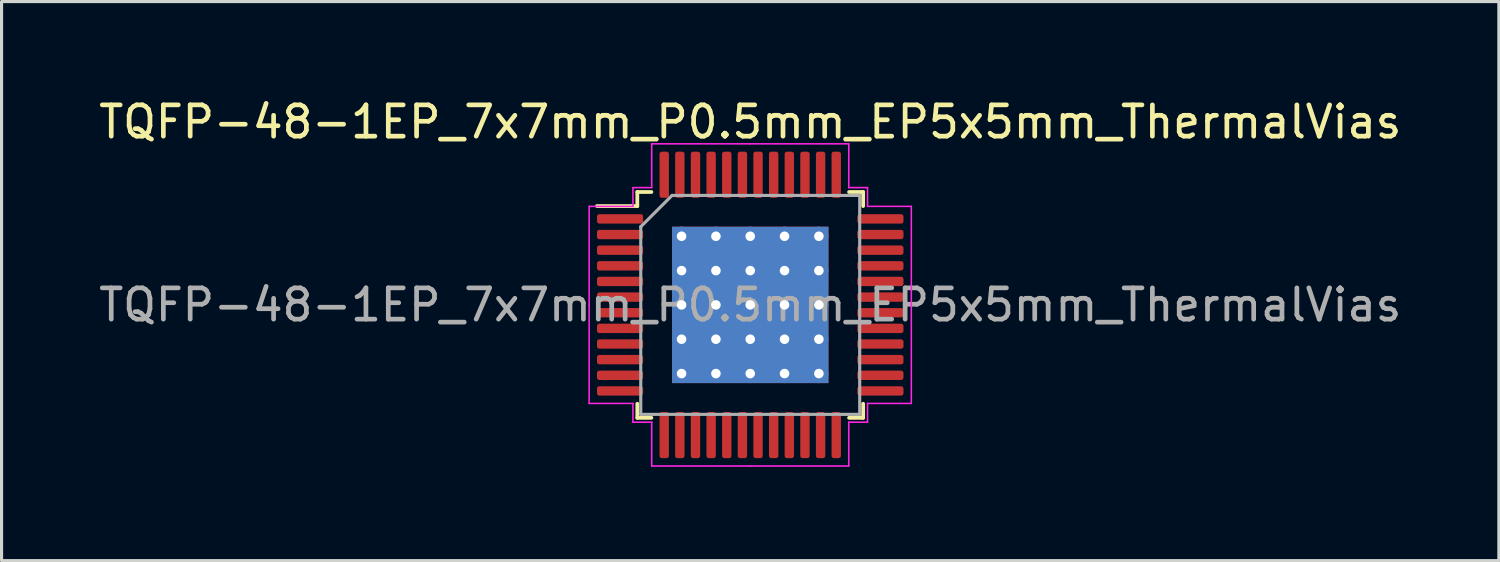
<source format=kicad_pcb>
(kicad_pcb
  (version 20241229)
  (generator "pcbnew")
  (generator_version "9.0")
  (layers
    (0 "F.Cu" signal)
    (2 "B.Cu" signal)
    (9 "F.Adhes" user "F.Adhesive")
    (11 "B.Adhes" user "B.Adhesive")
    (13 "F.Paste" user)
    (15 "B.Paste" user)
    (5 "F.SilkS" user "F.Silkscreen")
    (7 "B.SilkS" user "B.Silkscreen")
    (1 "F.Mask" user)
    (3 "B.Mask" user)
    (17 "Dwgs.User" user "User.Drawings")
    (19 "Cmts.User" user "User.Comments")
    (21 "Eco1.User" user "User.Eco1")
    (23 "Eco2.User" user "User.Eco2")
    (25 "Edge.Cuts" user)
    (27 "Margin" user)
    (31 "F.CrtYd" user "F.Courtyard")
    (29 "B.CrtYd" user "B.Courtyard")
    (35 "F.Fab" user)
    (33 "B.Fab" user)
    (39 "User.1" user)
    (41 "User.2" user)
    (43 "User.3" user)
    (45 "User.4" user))
  (footprint "TQFP-48-1EP_7x7mm_P0.5mm_EP5x5mm_ThermalVias"
    (layer "F.Cu")
    (at 20.935 6.698)
    (property "Reference" "TQFP-48-1EP_7x7mm_P0.5mm_EP5x5mm_ThermalVias" (at 0 -5.85 0) (layer "F.SilkS") (effects (font (size 1 1) (thickness 0.15))))
    (attr smd)
    (fp_line (start -3.61 -3.61) (end -3.61 -3.16) (stroke (width 0.12) (type solid)) (layer "F.SilkS"))
    (fp_line (start -3.61 -3.16) (end -4.9 -3.16) (stroke (width 0.12) (type solid)) (layer "F.SilkS"))
    (fp_line (start -3.61 3.61) (end -3.61 3.16) (stroke (width 0.12) (type solid)) (layer "F.SilkS"))
    (fp_line (start -3.16 -3.61) (end -3.61 -3.61) (stroke (width 0.12) (type solid)) (layer "F.SilkS"))
    (fp_line (start -3.16 3.61) (end -3.61 3.61) (stroke (width 0.12) (type solid)) (layer "F.SilkS"))
    (fp_line (start 3.16 -3.61) (end 3.61 -3.61) (stroke (width 0.12) (type solid)) (layer "F.SilkS"))
    (fp_line (start 3.16 3.61) (end 3.61 3.61) (stroke (width 0.12) (type solid)) (layer "F.SilkS"))
    (fp_line (start 3.61 -3.61) (end 3.61 -3.16) (stroke (width 0.12) (type solid)) (layer "F.SilkS"))
    (fp_line (start 3.61 3.61) (end 3.61 3.16) (stroke (width 0.12) (type solid)) (layer "F.SilkS"))
    (fp_line (start -5.15 -3.15) (end -5.15 0) (stroke (width 0.05) (type solid)) (layer "F.CrtYd"))
    (fp_line (start -5.15 3.15) (end -5.15 0) (stroke (width 0.05) (type solid)) (layer "F.CrtYd"))
    (fp_line (start -3.75 -3.75) (end -3.75 -3.15) (stroke (width 0.05) (type solid)) (layer "F.CrtYd"))
    (fp_line (start -3.75 -3.15) (end -5.15 -3.15) (stroke (width 0.05) (type solid)) (layer "F.CrtYd"))
    (fp_line (start -3.75 3.15) (end -5.15 3.15) (stroke (width 0.05) (type solid)) (layer "F.CrtYd"))
    (fp_line (start -3.75 3.75) (end -3.75 3.15) (stroke (width 0.05) (type solid)) (layer "F.CrtYd"))
    (fp_line (start -3.15 -5.15) (end -3.15 -3.75) (stroke (width 0.05) (type solid)) (layer "F.CrtYd"))
    (fp_line (start -3.15 -3.75) (end -3.75 -3.75) (stroke (width 0.05) (type solid)) (layer "F.CrtYd"))
    (fp_line (start -3.15 3.75) (end -3.75 3.75) (stroke (width 0.05) (type solid)) (layer "F.CrtYd"))
    (fp_line (start -3.15 5.15) (end -3.15 3.75) (stroke (width 0.05) (type solid)) (layer "F.CrtYd"))
    (fp_line (start 0 -5.15) (end -3.15 -5.15) (stroke (width 0.05) (type solid)) (layer "F.CrtYd"))
    (fp_line (start 0 -5.15) (end 3.15 -5.15) (stroke (width 0.05) (type solid)) (layer "F.CrtYd"))
    (fp_line (start 0 5.15) (end -3.15 5.15) (stroke (width 0.05) (type solid)) (layer "F.CrtYd"))
    (fp_line (start 0 5.15) (end 3.15 5.15) (stroke (width 0.05) (type solid)) (layer "F.CrtYd"))
    (fp_line (start 3.15 -5.15) (end 3.15 -3.75) (stroke (width 0.05) (type solid)) (layer "F.CrtYd"))
    (fp_line (start 3.15 -3.75) (end 3.75 -3.75) (stroke (width 0.05) (type solid)) (layer "F.CrtYd"))
    (fp_line (start 3.15 3.75) (end 3.75 3.75) (stroke (width 0.05) (type solid)) (layer "F.CrtYd"))
    (fp_line (start 3.15 5.15) (end 3.15 3.75) (stroke (width 0.05) (type solid)) (layer "F.CrtYd"))
    (fp_line (start 3.75 -3.75) (end 3.75 -3.15) (stroke (width 0.05) (type solid)) (layer "F.CrtYd"))
    (fp_line (start 3.75 -3.15) (end 5.15 -3.15) (stroke (width 0.05) (type solid)) (layer "F.CrtYd"))
    (fp_line (start 3.75 3.15) (end 5.15 3.15) (stroke (width 0.05) (type solid)) (layer "F.CrtYd"))
    (fp_line (start 3.75 3.75) (end 3.75 3.15) (stroke (width 0.05) (type solid)) (layer "F.CrtYd"))
    (fp_line (start 5.15 -3.15) (end 5.15 0) (stroke (width 0.05) (type solid)) (layer "F.CrtYd"))
    (fp_line (start 5.15 3.15) (end 5.15 0) (stroke (width 0.05) (type solid)) (layer "F.CrtYd"))
    (fp_line (start -3.5 -2.5) (end -2.5 -3.5) (stroke (width 0.1) (type solid)) (layer "F.Fab"))
    (fp_line (start -3.5 3.5) (end -3.5 -2.5) (stroke (width 0.1) (type solid)) (layer "F.Fab"))
    (fp_line (start -2.5 -3.5) (end 3.5 -3.5) (stroke (width 0.1) (type solid)) (layer "F.Fab"))
    (fp_line (start 3.5 -3.5) (end 3.5 3.5) (stroke (width 0.1) (type solid)) (layer "F.Fab"))
    (fp_line (start 3.5 3.5) (end -3.5 3.5) (stroke (width 0.1) (type solid)) (layer "F.Fab"))
    (fp_text user "${REFERENCE}" (at 0 0 0) (layer "F.Fab") (effects (font (size 1 1) (thickness 0.15))))
    (pad "" smd custom (at -1.688 -1.688) (size 0.891 0.891) (layers "F.Paste") (options (anchor circle)) (primitives (gr_poly (pts (xy 0.387 -0.29) (xy 0.387 0.29) (xy 0.29 0.387) (xy -0.29 0.387) (xy -0.387 0.29) (xy -0.387 -0.29) (xy -0.29 -0.387) (xy 0.29 -0.387)) (width 0.234) (fill yes))))
    (pad "" smd custom (at -1.688 -0.562) (size 0.891 0.891) (layers "F.Paste") (options (anchor circle)) (primitives (gr_poly (pts (xy 0.387 -0.29) (xy 0.387 0.29) (xy 0.29 0.387) (xy -0.29 0.387) (xy -0.387 0.29) (xy -0.387 -0.29) (xy -0.29 -0.387) (xy 0.29 -0.387)) (width 0.234) (fill yes))))
    (pad "" smd custom (at -1.688 0.562) (size 0.891 0.891) (layers "F.Paste") (options (anchor circle)) (primitives (gr_poly (pts (xy 0.387 -0.29) (xy 0.387 0.29) (xy 0.29 0.387) (xy -0.29 0.387) (xy -0.387 0.29) (xy -0.387 -0.29) (xy -0.29 -0.387) (xy 0.29 -0.387)) (width 0.234) (fill yes))))
    (pad "" smd custom (at -1.688 1.688) (size 0.891 0.891) (layers "F.Paste") (options (anchor circle)) (primitives (gr_poly (pts (xy 0.387 -0.29) (xy 0.387 0.29) (xy 0.29 0.387) (xy -0.29 0.387) (xy -0.387 0.29) (xy -0.387 -0.29) (xy -0.29 -0.387) (xy 0.29 -0.387)) (width 0.234) (fill yes))))
    (pad "" smd custom (at -0.562 -1.688) (size 0.891 0.891) (layers "F.Paste") (options (anchor circle)) (primitives (gr_poly (pts (xy 0.387 -0.29) (xy 0.387 0.29) (xy 0.29 0.387) (xy -0.29 0.387) (xy -0.387 0.29) (xy -0.387 -0.29) (xy -0.29 -0.387) (xy 0.29 -0.387)) (width 0.234) (fill yes))))
    (pad "" smd custom (at -0.562 -0.562) (size 0.891 0.891) (layers "F.Paste") (options (anchor circle)) (primitives (gr_poly (pts (xy 0.387 -0.29) (xy 0.387 0.29) (xy 0.29 0.387) (xy -0.29 0.387) (xy -0.387 0.29) (xy -0.387 -0.29) (xy -0.29 -0.387) (xy 0.29 -0.387)) (width 0.234) (fill yes))))
    (pad "" smd custom (at -0.562 0.562) (size 0.891 0.891) (layers "F.Paste") (options (anchor circle)) (primitives (gr_poly (pts (xy 0.387 -0.29) (xy 0.387 0.29) (xy 0.29 0.387) (xy -0.29 0.387) (xy -0.387 0.29) (xy -0.387 -0.29) (xy -0.29 -0.387) (xy 0.29 -0.387)) (width 0.234) (fill yes))))
    (pad "" smd custom (at -0.562 1.688) (size 0.891 0.891) (layers "F.Paste") (options (anchor circle)) (primitives (gr_poly (pts (xy 0.387 -0.29) (xy 0.387 0.29) (xy 0.29 0.387) (xy -0.29 0.387) (xy -0.387 0.29) (xy -0.387 -0.29) (xy -0.29 -0.387) (xy 0.29 -0.387)) (width 0.234) (fill yes))))
    (pad "" smd custom (at 0.562 -1.688) (size 0.891 0.891) (layers "F.Paste") (options (anchor circle)) (primitives (gr_poly (pts (xy 0.387 -0.29) (xy 0.387 0.29) (xy 0.29 0.387) (xy -0.29 0.387) (xy -0.387 0.29) (xy -0.387 -0.29) (xy -0.29 -0.387) (xy 0.29 -0.387)) (width 0.234) (fill yes))))
    (pad "" smd custom (at 0.562 -0.562) (size 0.891 0.891) (layers "F.Paste") (options (anchor circle)) (primitives (gr_poly (pts (xy 0.387 -0.29) (xy 0.387 0.29) (xy 0.29 0.387) (xy -0.29 0.387) (xy -0.387 0.29) (xy -0.387 -0.29) (xy -0.29 -0.387) (xy 0.29 -0.387)) (width 0.234) (fill yes))))
    (pad "" smd custom (at 0.562 0.562) (size 0.891 0.891) (layers "F.Paste") (options (anchor circle)) (primitives (gr_poly (pts (xy 0.387 -0.29) (xy 0.387 0.29) (xy 0.29 0.387) (xy -0.29 0.387) (xy -0.387 0.29) (xy -0.387 -0.29) (xy -0.29 -0.387) (xy 0.29 -0.387)) (width 0.234) (fill yes))))
    (pad "" smd custom (at 0.562 1.688) (size 0.891 0.891) (layers "F.Paste") (options (anchor circle)) (primitives (gr_poly (pts (xy 0.387 -0.29) (xy 0.387 0.29) (xy 0.29 0.387) (xy -0.29 0.387) (xy -0.387 0.29) (xy -0.387 -0.29) (xy -0.29 -0.387) (xy 0.29 -0.387)) (width 0.234) (fill yes))))
    (pad "" smd custom (at 1.688 -1.688) (size 0.891 0.891) (layers "F.Paste") (options (anchor circle)) (primitives (gr_poly (pts (xy 0.387 -0.29) (xy 0.387 0.29) (xy 0.29 0.387) (xy -0.29 0.387) (xy -0.387 0.29) (xy -0.387 -0.29) (xy -0.29 -0.387) (xy 0.29 -0.387)) (width 0.234) (fill yes))))
    (pad "" smd custom (at 1.688 -0.562) (size 0.891 0.891) (layers "F.Paste") (options (anchor circle)) (primitives (gr_poly (pts (xy 0.387 -0.29) (xy 0.387 0.29) (xy 0.29 0.387) (xy -0.29 0.387) (xy -0.387 0.29) (xy -0.387 -0.29) (xy -0.29 -0.387) (xy 0.29 -0.387)) (width 0.234) (fill yes))))
    (pad "" smd custom (at 1.688 0.562) (size 0.891 0.891) (layers "F.Paste") (options (anchor circle)) (primitives (gr_poly (pts (xy 0.387 -0.29) (xy 0.387 0.29) (xy 0.29 0.387) (xy -0.29 0.387) (xy -0.387 0.29) (xy -0.387 -0.29) (xy -0.29 -0.387) (xy 0.29 -0.387)) (width 0.234) (fill yes))))
    (pad "" smd custom (at 1.688 1.688) (size 0.891 0.891) (layers "F.Paste") (options (anchor circle)) (primitives (gr_poly (pts (xy 0.387 -0.29) (xy 0.387 0.29) (xy 0.29 0.387) (xy -0.29 0.387) (xy -0.387 0.29) (xy -0.387 -0.29) (xy -0.29 -0.387) (xy 0.29 -0.387)) (width 0.234) (fill yes))))
    (pad "1" smd roundrect (at -4.162 -2.75) (size 1.475 0.3) (layers "F.Cu" "F.Mask" "F.Paste") (roundrect_rratio 0.25))
    (pad "2" smd roundrect (at -4.162 -2.25) (size 1.475 0.3) (layers "F.Cu" "F.Mask" "F.Paste") (roundrect_rratio 0.25))
    (pad "3" smd roundrect (at -4.162 -1.75) (size 1.475 0.3) (layers "F.Cu" "F.Mask" "F.Paste") (roundrect_rratio 0.25))
    (pad "4" smd roundrect (at -4.162 -1.25) (size 1.475 0.3) (layers "F.Cu" "F.Mask" "F.Paste") (roundrect_rratio 0.25))
    (pad "5" smd roundrect (at -4.162 -0.75) (size 1.475 0.3) (layers "F.Cu" "F.Mask" "F.Paste") (roundrect_rratio 0.25))
    (pad "6" smd roundrect (at -4.162 -0.25) (size 1.475 0.3) (layers "F.Cu" "F.Mask" "F.Paste") (roundrect_rratio 0.25))
    (pad "7" smd roundrect (at -4.162 0.25) (size 1.475 0.3) (layers "F.Cu" "F.Mask" "F.Paste") (roundrect_rratio 0.25))
    (pad "8" smd roundrect (at -4.162 0.75) (size 1.475 0.3) (layers "F.Cu" "F.Mask" "F.Paste") (roundrect_rratio 0.25))
    (pad "9" smd roundrect (at -4.162 1.25) (size 1.475 0.3) (layers "F.Cu" "F.Mask" "F.Paste") (roundrect_rratio 0.25))
    (pad "10" smd roundrect (at -4.162 1.75) (size 1.475 0.3) (layers "F.Cu" "F.Mask" "F.Paste") (roundrect_rratio 0.25))
    (pad "11" smd roundrect (at -4.162 2.25) (size 1.475 0.3) (layers "F.Cu" "F.Mask" "F.Paste") (roundrect_rratio 0.25))
    (pad "12" smd roundrect (at -4.162 2.75) (size 1.475 0.3) (layers "F.Cu" "F.Mask" "F.Paste") (roundrect_rratio 0.25))
    (pad "13" smd roundrect (at -2.75 4.162) (size 0.3 1.475) (layers "F.Cu" "F.Mask" "F.Paste") (roundrect_rratio 0.25))
    (pad "14" smd roundrect (at -2.25 4.162) (size 0.3 1.475) (layers "F.Cu" "F.Mask" "F.Paste") (roundrect_rratio 0.25))
    (pad "15" smd roundrect (at -1.75 4.162) (size 0.3 1.475) (layers "F.Cu" "F.Mask" "F.Paste") (roundrect_rratio 0.25))
    (pad "16" smd roundrect (at -1.25 4.162) (size 0.3 1.475) (layers "F.Cu" "F.Mask" "F.Paste") (roundrect_rratio 0.25))
    (pad "17" smd roundrect (at -0.75 4.162) (size 0.3 1.475) (layers "F.Cu" "F.Mask" "F.Paste") (roundrect_rratio 0.25))
    (pad "18" smd roundrect (at -0.25 4.162) (size 0.3 1.475) (layers "F.Cu" "F.Mask" "F.Paste") (roundrect_rratio 0.25))
    (pad "19" smd roundrect (at 0.25 4.162) (size 0.3 1.475) (layers "F.Cu" "F.Mask" "F.Paste") (roundrect_rratio 0.25))
    (pad "20" smd roundrect (at 0.75 4.162) (size 0.3 1.475) (layers "F.Cu" "F.Mask" "F.Paste") (roundrect_rratio 0.25))
    (pad "21" smd roundrect (at 1.25 4.162) (size 0.3 1.475) (layers "F.Cu" "F.Mask" "F.Paste") (roundrect_rratio 0.25))
    (pad "22" smd roundrect (at 1.75 4.162) (size 0.3 1.475) (layers "F.Cu" "F.Mask" "F.Paste") (roundrect_rratio 0.25))
    (pad "23" smd roundrect (at 2.25 4.162) (size 0.3 1.475) (layers "F.Cu" "F.Mask" "F.Paste") (roundrect_rratio 0.25))
    (pad "24" smd roundrect (at 2.75 4.162) (size 0.3 1.475) (layers "F.Cu" "F.Mask" "F.Paste") (roundrect_rratio 0.25))
    (pad "25" smd roundrect (at 4.162 2.75) (size 1.475 0.3) (layers "F.Cu" "F.Mask" "F.Paste") (roundrect_rratio 0.25))
    (pad "26" smd roundrect (at 4.162 2.25) (size 1.475 0.3) (layers "F.Cu" "F.Mask" "F.Paste") (roundrect_rratio 0.25))
    (pad "27" smd roundrect (at 4.162 1.75) (size 1.475 0.3) (layers "F.Cu" "F.Mask" "F.Paste") (roundrect_rratio 0.25))
    (pad "28" smd roundrect (at 4.162 1.25) (size 1.475 0.3) (layers "F.Cu" "F.Mask" "F.Paste") (roundrect_rratio 0.25))
    (pad "29" smd roundrect (at 4.162 0.75) (size 1.475 0.3) (layers "F.Cu" "F.Mask" "F.Paste") (roundrect_rratio 0.25))
    (pad "30" smd roundrect (at 4.162 0.25) (size 1.475 0.3) (layers "F.Cu" "F.Mask" "F.Paste") (roundrect_rratio 0.25))
    (pad "31" smd roundrect (at 4.162 -0.25) (size 1.475 0.3) (layers "F.Cu" "F.Mask" "F.Paste") (roundrect_rratio 0.25))
    (pad "32" smd roundrect (at 4.162 -0.75) (size 1.475 0.3) (layers "F.Cu" "F.Mask" "F.Paste") (roundrect_rratio 0.25))
    (pad "33" smd roundrect (at 4.162 -1.25) (size 1.475 0.3) (layers "F.Cu" "F.Mask" "F.Paste") (roundrect_rratio 0.25))
    (pad "34" smd roundrect (at 4.162 -1.75) (size 1.475 0.3) (layers "F.Cu" "F.Mask" "F.Paste") (roundrect_rratio 0.25))
    (pad "35" smd roundrect (at 4.162 -2.25) (size 1.475 0.3) (layers "F.Cu" "F.Mask" "F.Paste") (roundrect_rratio 0.25))
    (pad "36" smd roundrect (at 4.162 -2.75) (size 1.475 0.3) (layers "F.Cu" "F.Mask" "F.Paste") (roundrect_rratio 0.25))
    (pad "37" smd roundrect (at 2.75 -4.162) (size 0.3 1.475) (layers "F.Cu" "F.Mask" "F.Paste") (roundrect_rratio 0.25))
    (pad "38" smd roundrect (at 2.25 -4.162) (size 0.3 1.475) (layers "F.Cu" "F.Mask" "F.Paste") (roundrect_rratio 0.25))
    (pad "39" smd roundrect (at 1.75 -4.162) (size 0.3 1.475) (layers "F.Cu" "F.Mask" "F.Paste") (roundrect_rratio 0.25))
    (pad "40" smd roundrect (at 1.25 -4.162) (size 0.3 1.475) (layers "F.Cu" "F.Mask" "F.Paste") (roundrect_rratio 0.25))
    (pad "41" smd roundrect (at 0.75 -4.162) (size 0.3 1.475) (layers "F.Cu" "F.Mask" "F.Paste") (roundrect_rratio 0.25))
    (pad "42" smd roundrect (at 0.25 -4.162) (size 0.3 1.475) (layers "F.Cu" "F.Mask" "F.Paste") (roundrect_rratio 0.25))
    (pad "43" smd roundrect (at -0.25 -4.162) (size 0.3 1.475) (layers "F.Cu" "F.Mask" "F.Paste") (roundrect_rratio 0.25))
    (pad "44" smd roundrect (at -0.75 -4.162) (size 0.3 1.475) (layers "F.Cu" "F.Mask" "F.Paste") (roundrect_rratio 0.25))
    (pad "45" smd roundrect (at -1.25 -4.162) (size 0.3 1.475) (layers "F.Cu" "F.Mask" "F.Paste") (roundrect_rratio 0.25))
    (pad "46" smd roundrect (at -1.75 -4.162) (size 0.3 1.475) (layers "F.Cu" "F.Mask" "F.Paste") (roundrect_rratio 0.25))
    (pad "47" smd roundrect (at -2.25 -4.162) (size 0.3 1.475) (layers "F.Cu" "F.Mask" "F.Paste") (roundrect_rratio 0.25))
    (pad "48" smd roundrect (at -2.75 -4.162) (size 0.3 1.475) (layers "F.Cu" "F.Mask" "F.Paste") (roundrect_rratio 0.25))
    (pad "49" thru_hole circle (at -2.195 -2.195) (size 0.61 0.61) (drill oval 0.305) (layers "*.Cu"))
    (pad "49" thru_hole circle (at -2.195 -1.097) (size 0.61 0.61) (drill 0.305) (layers "*.Cu"))
    (pad "49" thru_hole circle (at -2.195 0) (size 0.61 0.61) (drill 0.305) (layers "*.Cu"))
    (pad "49" thru_hole circle (at -2.195 1.097) (size 0.61 0.61) (drill 0.305) (layers "*.Cu"))
    (pad "49" thru_hole circle (at -2.195 2.195) (size 0.61 0.61) (drill 0.305) (layers "*.Cu"))
    (pad "49" thru_hole circle (at -1.097 -2.195) (size 0.61 0.61) (drill 0.305) (layers "*.Cu"))
    (pad "49" thru_hole circle (at -1.097 -1.097) (size 0.61 0.61) (drill 0.305) (layers "*.Cu"))
    (pad "49" thru_hole circle (at -1.097 0) (size 0.61 0.61) (drill 0.305) (layers "*.Cu"))
    (pad "49" thru_hole circle (at -1.097 1.097) (size 0.61 0.61) (drill 0.305) (layers "*.Cu"))
    (pad "49" thru_hole circle (at -1.097 2.195) (size 0.61 0.61) (drill 0.305) (layers "*.Cu"))
    (pad "49" thru_hole circle (at 0 -2.195) (size 0.61 0.61) (drill 0.305) (layers "*.Cu"))
    (pad "49" thru_hole circle (at 0 -1.097) (size 0.61 0.61) (drill 0.305) (layers "*.Cu"))
    (pad "49" thru_hole circle (at 0 0) (size 0.61 0.61) (drill 0.305) (layers "*.Cu"))
    (pad "49" smd rect (at 0 0) (size 5 5) (layers "F.Cu" "F.Mask"))
    (pad "49" smd rect (at 0 0) (size 5 5) (layers "B.Cu"))
    (pad "49" thru_hole circle (at 0 1.097) (size 0.61 0.61) (drill 0.305) (layers "*.Cu"))
    (pad "49" thru_hole circle (at 0 2.195) (size 0.61 0.61) (drill 0.305) (layers "*.Cu"))
    (pad "49" thru_hole circle (at 1.097 -2.195) (size 0.61 0.61) (drill 0.305) (layers "*.Cu"))
    (pad "49" thru_hole circle (at 1.097 -1.097) (size 0.61 0.61) (drill 0.305) (layers "*.Cu"))
    (pad "49" thru_hole circle (at 1.097 0) (size 0.61 0.61) (drill 0.305) (layers "*.Cu"))
    (pad "49" thru_hole circle (at 1.097 1.097) (size 0.61 0.61) (drill 0.305) (layers "*.Cu"))
    (pad "49" thru_hole circle (at 1.097 2.195) (size 0.61 0.61) (drill 0.305) (layers "*.Cu"))
    (pad "49" thru_hole circle (at 2.195 -2.195) (size 0.61 0.61) (drill 0.305) (layers "*.Cu"))
    (pad "49" thru_hole circle (at 2.195 -1.097) (size 0.61 0.61) (drill 0.305) (layers "*.Cu"))
    (pad "49" thru_hole circle (at 2.195 0) (size 0.61 0.61) (drill 0.305) (layers "*.Cu"))
    (pad "49" thru_hole circle (at 2.195 1.097) (size 0.61 0.61) (drill 0.305) (layers "*.Cu"))
    (pad "49" thru_hole circle (at 2.195 2.195) (size 0.61 0.61) (drill 0.305) (layers "*.Cu")))
  (gr_rect
    (start -3 -3)
    (end 44.869 14.873)
    (stroke (width 0.1) (type default))
    (fill no)
    (layer "Edge.Cuts")))
</source>
